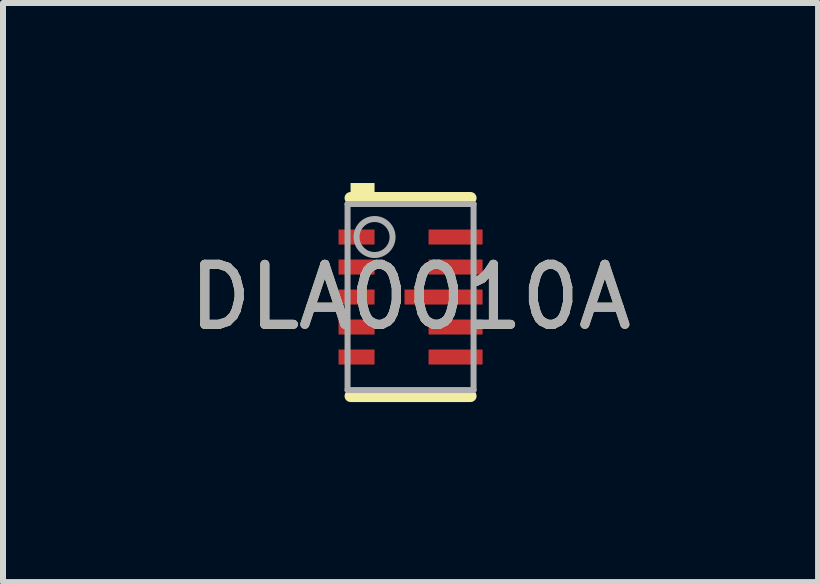
<source format=kicad_pcb>
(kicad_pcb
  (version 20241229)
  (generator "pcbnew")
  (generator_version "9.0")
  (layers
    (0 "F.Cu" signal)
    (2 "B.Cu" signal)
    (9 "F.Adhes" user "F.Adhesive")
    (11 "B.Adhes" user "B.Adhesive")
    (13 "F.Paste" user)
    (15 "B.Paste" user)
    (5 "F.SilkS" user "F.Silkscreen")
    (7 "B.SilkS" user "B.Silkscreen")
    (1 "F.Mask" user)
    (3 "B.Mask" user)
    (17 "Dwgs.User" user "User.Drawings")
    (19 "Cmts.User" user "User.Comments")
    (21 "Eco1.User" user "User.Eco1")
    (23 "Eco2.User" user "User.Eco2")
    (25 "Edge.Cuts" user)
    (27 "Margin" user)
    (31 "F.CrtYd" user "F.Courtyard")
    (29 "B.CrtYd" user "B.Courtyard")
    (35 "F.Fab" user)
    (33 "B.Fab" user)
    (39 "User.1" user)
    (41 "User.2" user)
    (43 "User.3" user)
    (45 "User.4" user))
  (footprint "DLA0010A"
    (layer "F.Cu")
    (at 3.792 1.9)
    (property "Reference" "DLA0010A" (at 0 0 0) (unlocked yes) (layer "F.SilkS") (effects (font (size 1 1) (thickness 0.15))))
    (attr smd)
    (fp_line (start -1 -1.65) (end 1 -1.65) (stroke (width 0.2) (type solid)) (layer "F.SilkS"))
    (fp_line (start -1 1.65) (end 1 1.65) (stroke (width 0.2) (type solid)) (layer "F.SilkS"))
    (fp_poly (pts (xy -1 -1.65) (xy -0.6 -1.65) (xy -0.6 -1.9) (xy -1 -1.9)) (stroke (width 0) (type solid)) (fill yes) (layer "F.SilkS"))
    (fp_poly (pts (xy -0.1 0.075) (xy -0.1 -0.075) (xy -0.05 -0.125) (xy 0.4 -0.125) (xy 0.45 -0.075) (xy 0.45 0.075) (xy 0.4 0.125) (xy -0.05 0.125)) (stroke (width 0) (type solid)) (fill yes) (layer "F.Paste"))
    (fp_poly (pts (xy 0.65 0.075) (xy 0.65 -0.075) (xy 0.7 -0.125) (xy 1.15 -0.125) (xy 1.2 -0.075) (xy 1.2 0.075) (xy 1.15 0.125) (xy 0.7 0.125)) (stroke (width 0) (type solid)) (fill yes) (layer "F.Paste"))
    (fp_line (start -1.05 -1.55) (end 1.05 -1.55) (stroke (width 0.1) (type solid)) (layer "F.Fab"))
    (fp_line (start -1.05 1.55) (end -1.05 -1.55) (stroke (width 0.1) (type solid)) (layer "F.Fab"))
    (fp_line (start -1.05 1.55) (end 1.05 1.55) (stroke (width 0.1) (type solid)) (layer "F.Fab"))
    (fp_line (start 1.05 1.55) (end 1.05 -1.55) (stroke (width 0.1) (type solid)) (layer "F.Fab"))
    (fp_circle (center -0.6 -1) (end -0.3 -1) (stroke (width 0.1) (type solid)) (fill no) (layer "F.Fab"))
    (fp_text user "${REFERENCE}" (at 0 0 0) (unlocked yes) (layer "F.Fab") (effects (font (size 1 1) (thickness 0.15))))
    (pad "1" smd rect (at -0.9 -1) (size 0.6 0.25) (layers "F.Cu" "F.Mask" "F.Paste"))
    (pad "2" smd rect (at -0.9 -0.5) (size 0.6 0.25) (layers "F.Cu" "F.Mask" "F.Paste"))
    (pad "3" smd rect (at -0.9 0) (size 0.6 0.25) (layers "F.Cu" "F.Mask" "F.Paste"))
    (pad "4" smd rect (at -0.9 0.5) (size 0.6 0.25) (layers "F.Cu" "F.Mask" "F.Paste"))
    (pad "5" smd rect (at -0.9 1) (size 0.6 0.25) (layers "F.Cu" "F.Mask" "F.Paste"))
    (pad "6" smd rect (at 0.75 1) (size 0.9 0.25) (layers "F.Cu" "F.Mask" "F.Paste"))
    (pad "7" smd rect (at 0.75 0.5) (size 0.9 0.25) (layers "F.Cu" "F.Mask" "F.Paste"))
    (pad "8" smd rect (at 0.55 0) (size 1.3 0.25) (layers "F.Cu" "F.Mask"))
    (pad "9" smd rect (at 0.75 -0.5) (size 0.9 0.25) (layers "F.Cu" "F.Mask" "F.Paste"))
    (pad "10" smd rect (at 0.75 -1) (size 0.9 0.25) (layers "F.Cu" "F.Mask" "F.Paste")))
  (gr_rect
    (start -3 -3)
    (end 10.583 6.65)
    (stroke (width 0.1) (type default))
    (fill no)
    (layer "Edge.Cuts")))
</source>
